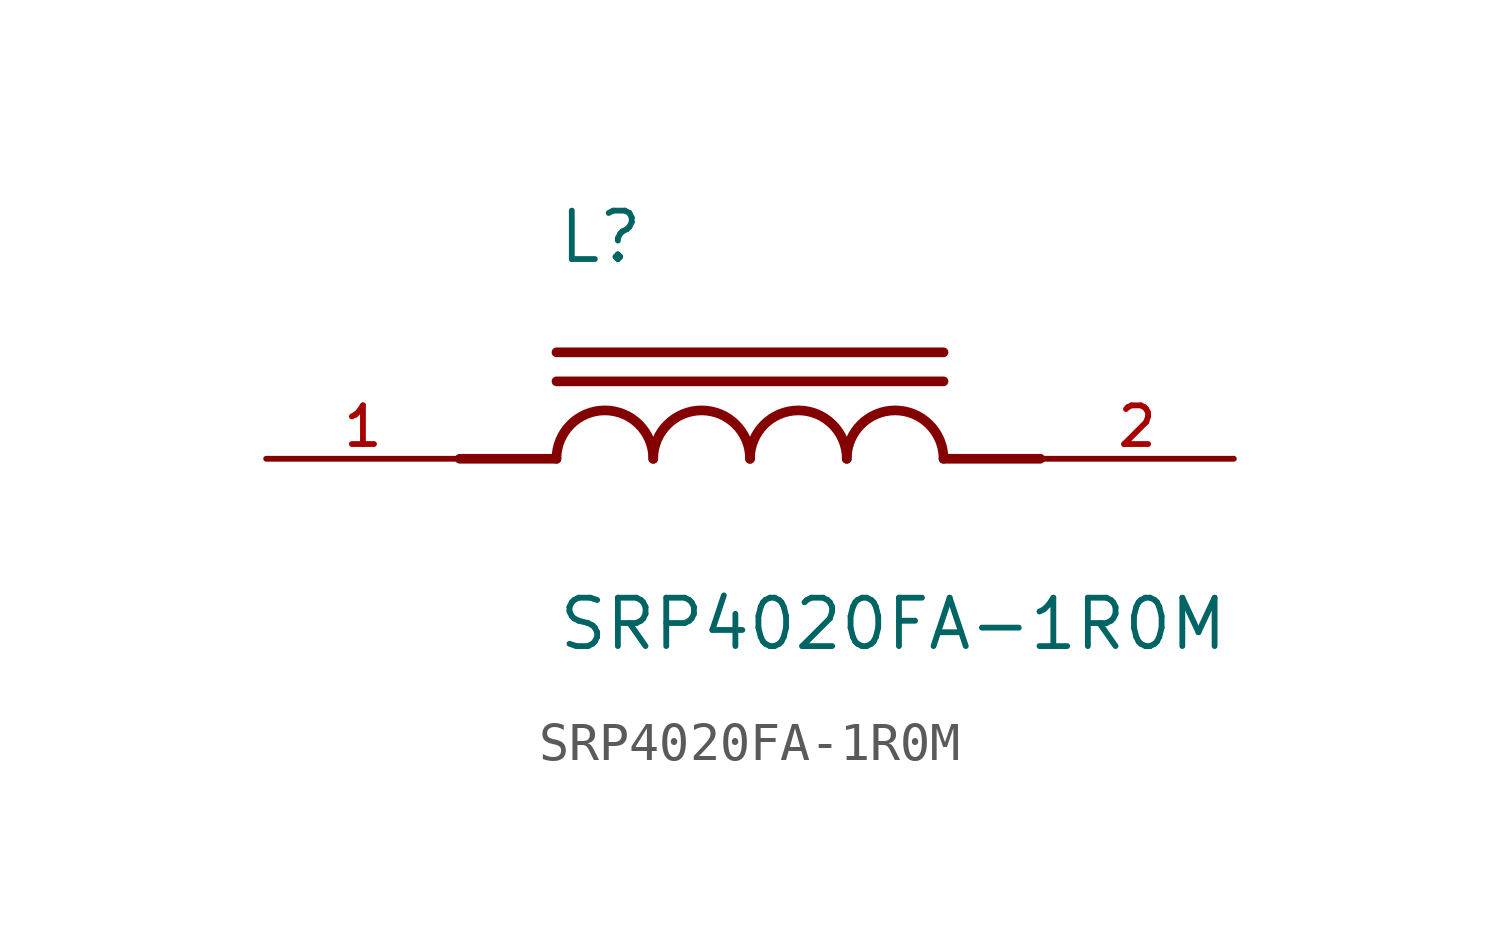
<source format=kicad_sym>
(kicad_symbol_lib
  (version 20211014)
  (generator kicad_symbol_editor)
  (symbol "SRP4020FA-1R0M"
    (pin_names
      (offset 1.016))
    (property "Reference" "L"
      (at -5.08 5.08 0)
      (effects (font (size 1.27 1.27)) (justify bottom left)))
    (property "Value" "SRP4020FA-1R0M"
      (at -5.08 -5.08 0)
      (effects (font (size 1.27 1.27)) (justify bottom left)))
    (symbol "SRP4020FA-1R0M_0_0"
      (polyline (pts (xy -5.08 0.0) (xy -7.62 0.0)) (stroke (width 0.254)))
      (polyline (pts (xy 5.08 0.0) (xy 7.62 0.0)) (stroke (width 0.254)))
      (arc (start -2.54 0.0) (mid -3.81 1.27) (end -5.08 0.0) (stroke (width 0.254) (type default) (color 0 0 0 0)) (fill (type none)))
      (arc (start 0.0 0.0) (mid -1.27 1.27) (end -2.54 0.0) (stroke (width 0.254) (type default) (color 0 0 0 0)) (fill (type none)))
      (arc (start 2.54 0.0) (mid 1.27 1.27) (end 0.0 0.0) (stroke (width 0.254) (type default) (color 0 0 0 0)) (fill (type none)))
      (arc (start 5.08 0.0) (mid 3.81 1.27) (end 2.54 0.0) (stroke (width 0.254) (type default) (color 0 0 0 0)) (fill (type none)))
      (polyline (pts (xy -5.08 2.032) (xy 5.08 2.032)) (stroke (width 0.254)))
      (polyline (pts (xy -5.08 2.794) (xy 5.08 2.794)) (stroke (width 0.254)))
      (pin passive line (at -12.7 0.0 0) (length 5.08) (name "~" (effects (font (size 1.016 1.016)))) (number "1" (effects (font (size 1.016 1.016)))))
      (pin passive line (at 12.7 0.0 180.0) (length 5.08) (name "~" (effects (font (size 1.016 1.016)))) (number "2" (effects (font (size 1.016 1.016))))))))
</source>
